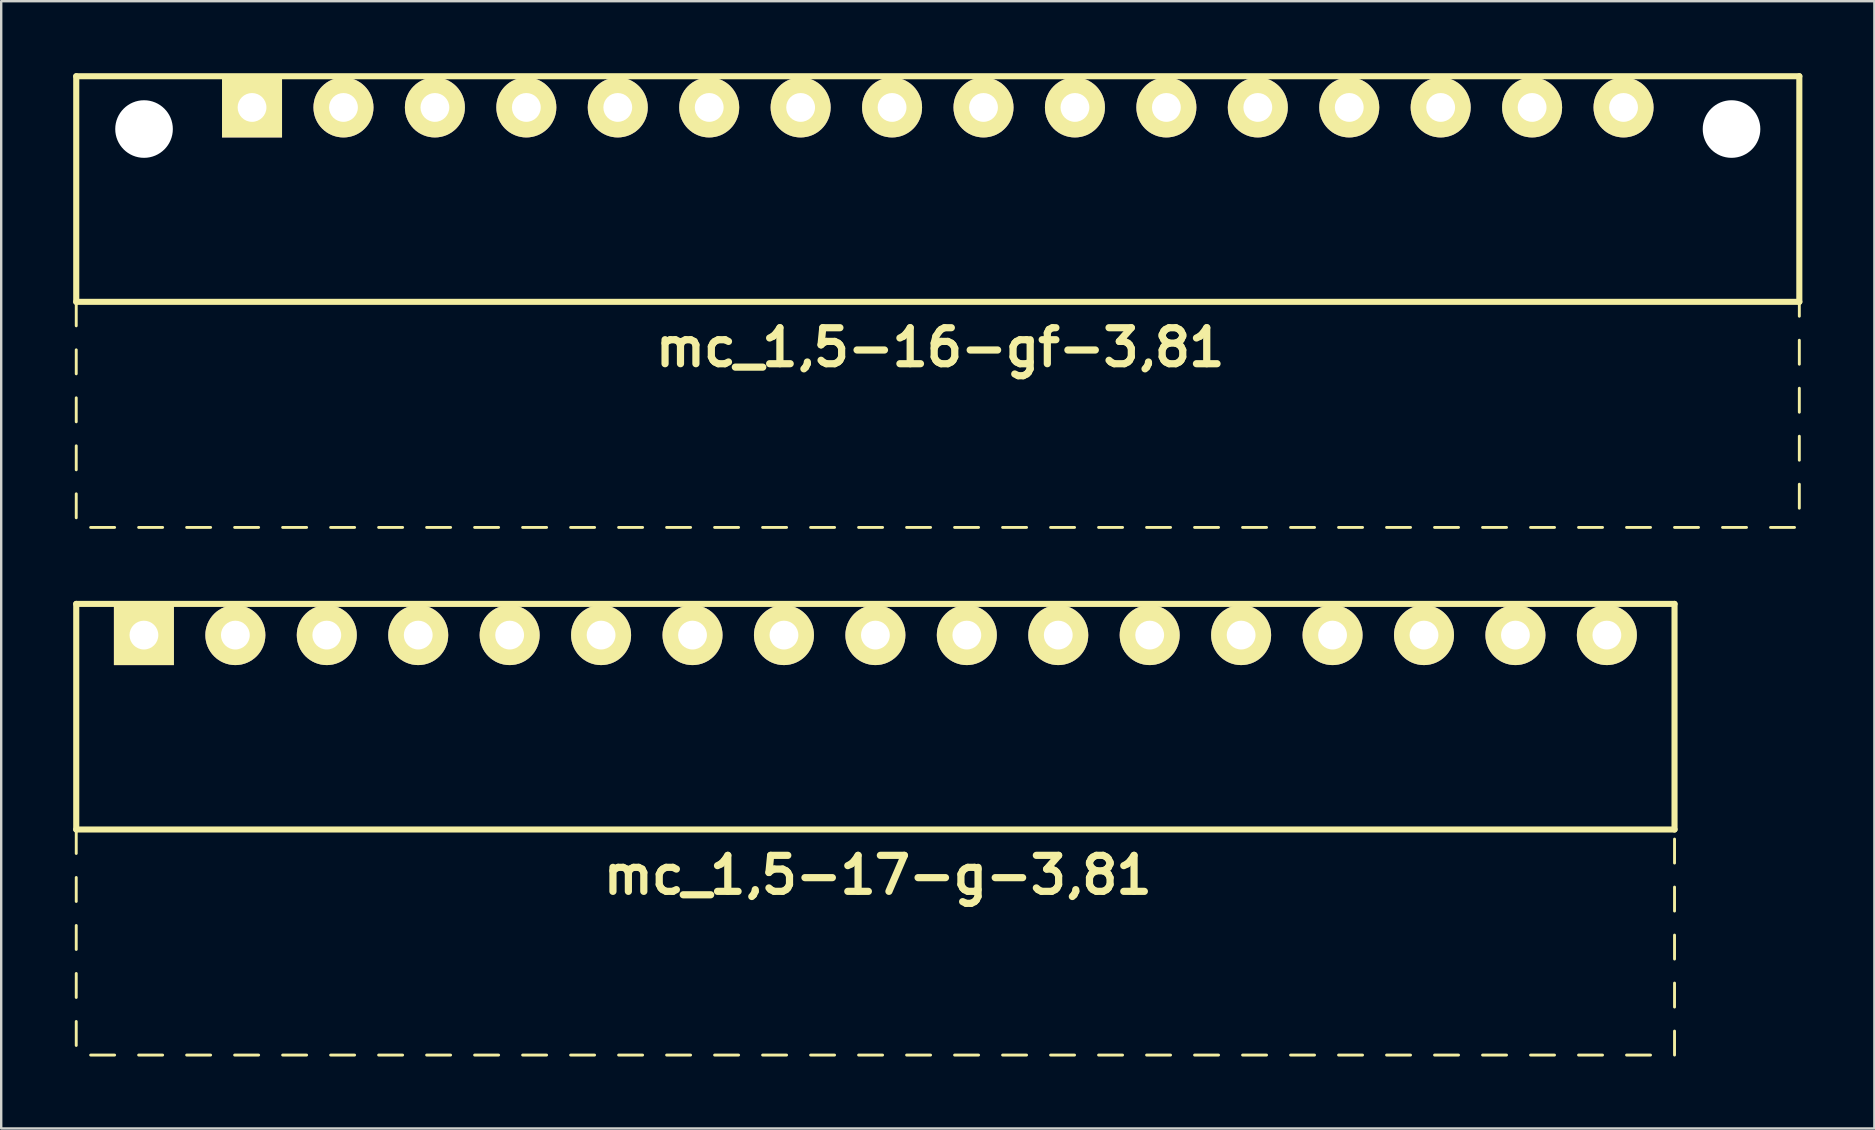
<source format=kicad_pcb>
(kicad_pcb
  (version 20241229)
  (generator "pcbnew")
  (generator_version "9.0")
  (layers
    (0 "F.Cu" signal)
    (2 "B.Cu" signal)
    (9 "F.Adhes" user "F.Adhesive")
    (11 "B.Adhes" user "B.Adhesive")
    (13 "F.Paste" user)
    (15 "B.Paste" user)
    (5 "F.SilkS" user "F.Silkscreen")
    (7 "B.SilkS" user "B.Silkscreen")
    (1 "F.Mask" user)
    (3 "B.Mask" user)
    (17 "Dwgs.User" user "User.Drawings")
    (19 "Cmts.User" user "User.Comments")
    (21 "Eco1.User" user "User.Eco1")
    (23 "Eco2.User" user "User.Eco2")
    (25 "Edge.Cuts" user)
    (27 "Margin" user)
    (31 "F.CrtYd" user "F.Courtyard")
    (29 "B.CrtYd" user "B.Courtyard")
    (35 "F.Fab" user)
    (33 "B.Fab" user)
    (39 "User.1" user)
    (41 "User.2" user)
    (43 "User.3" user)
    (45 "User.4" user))
  (footprint "mc_1,5-17-g-3,81"
    (layer "F.Cu")
    (at 33.427 23.414)
    (property "Reference" "mc_1,5-17-g-3,81" (at 0.1 10 0) (layer "F.SilkS") (effects (font (size 1.5 1.5) (thickness 0.3))))
    (attr through_hole)
    (fp_line (start -33.3 -1.3) (end -33.3 8.1) (stroke (width 0.254) (type solid)) (layer "F.SilkS"))
    (fp_line (start -33.3 -1.3) (end 33.3 -1.3) (stroke (width 0.254) (type solid)) (layer "F.SilkS"))
    (fp_line (start -33.3 8.1) (end -33.3 9.1) (stroke (width 0.12) (type solid)) (layer "F.SilkS"))
    (fp_line (start -33.3 8.1) (end 33.3 8.1) (stroke (width 0.254) (type solid)) (layer "F.SilkS"))
    (fp_line (start -33.3 10.1) (end -33.3 11.1) (stroke (width 0.12) (type solid)) (layer "F.SilkS"))
    (fp_line (start -33.3 12.1) (end -33.3 13.1) (stroke (width 0.12) (type solid)) (layer "F.SilkS"))
    (fp_line (start -33.3 14.1) (end -33.3 15.1) (stroke (width 0.12) (type solid)) (layer "F.SilkS"))
    (fp_line (start -33.3 16.1) (end -33.3 17.1) (stroke (width 0.12) (type solid)) (layer "F.SilkS"))
    (fp_line (start -32.7 17.5) (end -31.7 17.5) (stroke (width 0.12) (type solid)) (layer "F.SilkS"))
    (fp_line (start -30.7 17.5) (end -29.7 17.5) (stroke (width 0.12) (type solid)) (layer "F.SilkS"))
    (fp_line (start -28.7 17.5) (end -27.7 17.5) (stroke (width 0.12) (type solid)) (layer "F.SilkS"))
    (fp_line (start -26.7 17.5) (end -25.7 17.5) (stroke (width 0.12) (type solid)) (layer "F.SilkS"))
    (fp_line (start -24.7 17.5) (end -23.7 17.5) (stroke (width 0.12) (type solid)) (layer "F.SilkS"))
    (fp_line (start -22.7 17.5) (end -21.7 17.5) (stroke (width 0.12) (type solid)) (layer "F.SilkS"))
    (fp_line (start -20.7 17.5) (end -19.7 17.5) (stroke (width 0.12) (type solid)) (layer "F.SilkS"))
    (fp_line (start -18.7 17.5) (end -17.7 17.5) (stroke (width 0.12) (type solid)) (layer "F.SilkS"))
    (fp_line (start -16.7 17.5) (end -15.7 17.5) (stroke (width 0.12) (type solid)) (layer "F.SilkS"))
    (fp_line (start -14.7 17.5) (end -13.7 17.5) (stroke (width 0.12) (type solid)) (layer "F.SilkS"))
    (fp_line (start -12.7 17.5) (end -11.7 17.5) (stroke (width 0.12) (type solid)) (layer "F.SilkS"))
    (fp_line (start -10.7 17.5) (end -9.7 17.5) (stroke (width 0.12) (type solid)) (layer "F.SilkS"))
    (fp_line (start -8.7 17.5) (end -7.7 17.5) (stroke (width 0.12) (type solid)) (layer "F.SilkS"))
    (fp_line (start -6.7 17.5) (end -5.7 17.5) (stroke (width 0.12) (type solid)) (layer "F.SilkS"))
    (fp_line (start -4.7 17.5) (end -3.7 17.5) (stroke (width 0.12) (type solid)) (layer "F.SilkS"))
    (fp_line (start -2.7 17.5) (end -1.7 17.5) (stroke (width 0.12) (type solid)) (layer "F.SilkS"))
    (fp_line (start -0.7 17.5) (end 0.3 17.5) (stroke (width 0.12) (type solid)) (layer "F.SilkS"))
    (fp_line (start 1.3 17.5) (end 2.3 17.5) (stroke (width 0.12) (type solid)) (layer "F.SilkS"))
    (fp_line (start 3.3 17.5) (end 4.3 17.5) (stroke (width 0.12) (type solid)) (layer "F.SilkS"))
    (fp_line (start 5.3 17.5) (end 6.3 17.5) (stroke (width 0.12) (type solid)) (layer "F.SilkS"))
    (fp_line (start 7.3 17.5) (end 8.3 17.5) (stroke (width 0.12) (type solid)) (layer "F.SilkS"))
    (fp_line (start 9.3 17.5) (end 10.3 17.5) (stroke (width 0.12) (type solid)) (layer "F.SilkS"))
    (fp_line (start 11.3 17.5) (end 12.3 17.5) (stroke (width 0.12) (type solid)) (layer "F.SilkS"))
    (fp_line (start 13.3 17.5) (end 14.3 17.5) (stroke (width 0.12) (type solid)) (layer "F.SilkS"))
    (fp_line (start 15.3 17.5) (end 16.3 17.5) (stroke (width 0.12) (type solid)) (layer "F.SilkS"))
    (fp_line (start 17.3 17.5) (end 18.3 17.5) (stroke (width 0.12) (type solid)) (layer "F.SilkS"))
    (fp_line (start 19.3 17.5) (end 20.3 17.5) (stroke (width 0.12) (type solid)) (layer "F.SilkS"))
    (fp_line (start 21.3 17.5) (end 22.3 17.5) (stroke (width 0.12) (type solid)) (layer "F.SilkS"))
    (fp_line (start 23.3 17.5) (end 24.3 17.5) (stroke (width 0.12) (type solid)) (layer "F.SilkS"))
    (fp_line (start 25.3 17.5) (end 26.3 17.5) (stroke (width 0.12) (type solid)) (layer "F.SilkS"))
    (fp_line (start 27.3 17.5) (end 28.3 17.5) (stroke (width 0.12) (type solid)) (layer "F.SilkS"))
    (fp_line (start 29.3 17.5) (end 30.3 17.5) (stroke (width 0.12) (type solid)) (layer "F.SilkS"))
    (fp_line (start 31.3 17.5) (end 32.3 17.5) (stroke (width 0.12) (type solid)) (layer "F.SilkS"))
    (fp_line (start 33.3 -1.3) (end 33.3 8.1) (stroke (width 0.254) (type solid)) (layer "F.SilkS"))
    (fp_line (start 33.3 8.5) (end 33.3 9.5) (stroke (width 0.12) (type solid)) (layer "F.SilkS"))
    (fp_line (start 33.3 10.5) (end 33.3 11.5) (stroke (width 0.12) (type solid)) (layer "F.SilkS"))
    (fp_line (start 33.3 12.5) (end 33.3 13.5) (stroke (width 0.12) (type solid)) (layer "F.SilkS"))
    (fp_line (start 33.3 14.5) (end 33.3 15.5) (stroke (width 0.12) (type solid)) (layer "F.SilkS"))
    (fp_line (start 33.3 17.5) (end 33.3 16.5) (stroke (width 0.12) (type solid)) (layer "F.SilkS"))
    (pad "1" thru_hole rect (at -30.48 0) (size 2.5 2.5) (drill 1.2) (layers "*.Cu" "*.Mask" "F.SilkS"))
    (pad "2" thru_hole circle (at -26.67 0) (size 2.5 2.5) (drill 1.2) (layers "*.Cu" "*.Mask" "F.SilkS"))
    (pad "3" thru_hole circle (at -22.86 0) (size 2.5 2.5) (drill 1.2) (layers "*.Cu" "*.Mask" "F.SilkS"))
    (pad "4" thru_hole circle (at -19.05 0) (size 2.5 2.5) (drill 1.2) (layers "*.Cu" "*.Mask" "F.SilkS"))
    (pad "5" thru_hole circle (at -15.24 0) (size 2.5 2.5) (drill 1.2) (layers "*.Cu" "*.Mask" "F.SilkS"))
    (pad "6" thru_hole circle (at -11.43 0) (size 2.5 2.5) (drill 1.2) (layers "*.Cu" "*.Mask" "F.SilkS"))
    (pad "7" thru_hole circle (at -7.62 0) (size 2.5 2.5) (drill 1.2) (layers "*.Cu" "*.Mask" "F.SilkS"))
    (pad "8" thru_hole circle (at -3.81 0) (size 2.5 2.5) (drill 1.2) (layers "*.Cu" "*.Mask" "F.SilkS"))
    (pad "9" thru_hole circle (at 0 0) (size 2.5 2.5) (drill 1.2) (layers "*.Cu" "*.Mask" "F.SilkS"))
    (pad "10" thru_hole circle (at 3.81 0) (size 2.5 2.5) (drill 1.2) (layers "*.Cu" "*.Mask" "F.SilkS"))
    (pad "11" thru_hole circle (at 7.62 0) (size 2.5 2.5) (drill 1.2) (layers "*.Cu" "*.Mask" "F.SilkS"))
    (pad "12" thru_hole circle (at 11.43 0) (size 2.5 2.5) (drill 1.2) (layers "*.Cu" "*.Mask" "F.SilkS"))
    (pad "13" thru_hole circle (at 15.24 0) (size 2.5 2.5) (drill 1.2) (layers "*.Cu" "*.Mask" "F.SilkS"))
    (pad "14" thru_hole circle (at 19.05 0) (size 2.5 2.5) (drill 1.2) (layers "*.Cu" "*.Mask" "F.SilkS"))
    (pad "15" thru_hole circle (at 22.86 0) (size 2.5 2.5) (drill 1.2) (layers "*.Cu" "*.Mask" "F.SilkS"))
    (pad "16" thru_hole circle (at 26.67 0) (size 2.5 2.5) (drill 1.2) (layers "*.Cu" "*.Mask" "F.SilkS"))
    (pad "17" thru_hole circle (at 30.48 0) (size 2.5 2.5) (drill 1.2) (layers "*.Cu" "*.Mask" "F.SilkS")))
  (footprint "mc_1,5-16-gf-3,81"
    (layer "F.Cu")
    (at 36.027 1.427)
    (property "Reference" "mc_1,5-16-gf-3,81" (at 0.1 10 0) (layer "F.SilkS") (effects (font (size 1.5 1.5) (thickness 0.3))))
    (attr through_hole)
    (fp_line (start -35.9 -1.3) (end -35.9 8.1) (stroke (width 0.254) (type solid)) (layer "F.SilkS"))
    (fp_line (start -35.9 -1.3) (end 35.9 -1.3) (stroke (width 0.254) (type solid)) (layer "F.SilkS"))
    (fp_line (start -35.9 8.1) (end -35.9 9.1) (stroke (width 0.12) (type solid)) (layer "F.SilkS"))
    (fp_line (start -35.9 8.1) (end 35.9 8.1) (stroke (width 0.254) (type solid)) (layer "F.SilkS"))
    (fp_line (start -35.9 10.1) (end -35.9 11.1) (stroke (width 0.12) (type solid)) (layer "F.SilkS"))
    (fp_line (start -35.9 12.1) (end -35.9 13.1) (stroke (width 0.12) (type solid)) (layer "F.SilkS"))
    (fp_line (start -35.9 14.1) (end -35.9 15.1) (stroke (width 0.12) (type solid)) (layer "F.SilkS"))
    (fp_line (start -35.9 16.1) (end -35.9 17.1) (stroke (width 0.12) (type solid)) (layer "F.SilkS"))
    (fp_line (start -35.3 17.5) (end -34.3 17.5) (stroke (width 0.12) (type solid)) (layer "F.SilkS"))
    (fp_line (start -33.3 17.5) (end -32.3 17.5) (stroke (width 0.12) (type solid)) (layer "F.SilkS"))
    (fp_line (start -31.3 17.5) (end -30.3 17.5) (stroke (width 0.12) (type solid)) (layer "F.SilkS"))
    (fp_line (start -29.3 17.5) (end -28.3 17.5) (stroke (width 0.12) (type solid)) (layer "F.SilkS"))
    (fp_line (start -27.3 17.5) (end -26.3 17.5) (stroke (width 0.12) (type solid)) (layer "F.SilkS"))
    (fp_line (start -25.3 17.5) (end -24.3 17.5) (stroke (width 0.12) (type solid)) (layer "F.SilkS"))
    (fp_line (start -23.3 17.5) (end -22.3 17.5) (stroke (width 0.12) (type solid)) (layer "F.SilkS"))
    (fp_line (start -21.3 17.5) (end -20.3 17.5) (stroke (width 0.12) (type solid)) (layer "F.SilkS"))
    (fp_line (start -19.3 17.5) (end -18.3 17.5) (stroke (width 0.12) (type solid)) (layer "F.SilkS"))
    (fp_line (start -17.3 17.5) (end -16.3 17.5) (stroke (width 0.12) (type solid)) (layer "F.SilkS"))
    (fp_line (start -15.3 17.5) (end -14.3 17.5) (stroke (width 0.12) (type solid)) (layer "F.SilkS"))
    (fp_line (start -13.3 17.5) (end -12.3 17.5) (stroke (width 0.12) (type solid)) (layer "F.SilkS"))
    (fp_line (start -11.3 17.5) (end -10.3 17.5) (stroke (width 0.12) (type solid)) (layer "F.SilkS"))
    (fp_line (start -9.3 17.5) (end -8.3 17.5) (stroke (width 0.12) (type solid)) (layer "F.SilkS"))
    (fp_line (start -7.3 17.5) (end -6.3 17.5) (stroke (width 0.12) (type solid)) (layer "F.SilkS"))
    (fp_line (start -5.3 17.5) (end -4.3 17.5) (stroke (width 0.12) (type solid)) (layer "F.SilkS"))
    (fp_line (start -3.3 17.5) (end -2.3 17.5) (stroke (width 0.12) (type solid)) (layer "F.SilkS"))
    (fp_line (start -1.3 17.5) (end -0.3 17.5) (stroke (width 0.12) (type solid)) (layer "F.SilkS"))
    (fp_line (start 0.7 17.5) (end 1.7 17.5) (stroke (width 0.12) (type solid)) (layer "F.SilkS"))
    (fp_line (start 2.7 17.5) (end 3.7 17.5) (stroke (width 0.12) (type solid)) (layer "F.SilkS"))
    (fp_line (start 4.7 17.5) (end 5.7 17.5) (stroke (width 0.12) (type solid)) (layer "F.SilkS"))
    (fp_line (start 6.7 17.5) (end 7.7 17.5) (stroke (width 0.12) (type solid)) (layer "F.SilkS"))
    (fp_line (start 8.7 17.5) (end 9.7 17.5) (stroke (width 0.12) (type solid)) (layer "F.SilkS"))
    (fp_line (start 10.7 17.5) (end 11.7 17.5) (stroke (width 0.12) (type solid)) (layer "F.SilkS"))
    (fp_line (start 12.7 17.5) (end 13.7 17.5) (stroke (width 0.12) (type solid)) (layer "F.SilkS"))
    (fp_line (start 14.7 17.5) (end 15.7 17.5) (stroke (width 0.12) (type solid)) (layer "F.SilkS"))
    (fp_line (start 16.7 17.5) (end 17.7 17.5) (stroke (width 0.12) (type solid)) (layer "F.SilkS"))
    (fp_line (start 18.7 17.5) (end 19.7 17.5) (stroke (width 0.12) (type solid)) (layer "F.SilkS"))
    (fp_line (start 20.7 17.5) (end 21.7 17.5) (stroke (width 0.12) (type solid)) (layer "F.SilkS"))
    (fp_line (start 22.7 17.5) (end 23.7 17.5) (stroke (width 0.12) (type solid)) (layer "F.SilkS"))
    (fp_line (start 24.7 17.5) (end 25.7 17.5) (stroke (width 0.12) (type solid)) (layer "F.SilkS"))
    (fp_line (start 26.7 17.5) (end 27.7 17.5) (stroke (width 0.12) (type solid)) (layer "F.SilkS"))
    (fp_line (start 28.7 17.5) (end 29.7 17.5) (stroke (width 0.12) (type solid)) (layer "F.SilkS"))
    (fp_line (start 30.7 17.5) (end 31.7 17.5) (stroke (width 0.12) (type solid)) (layer "F.SilkS"))
    (fp_line (start 32.7 17.5) (end 33.7 17.5) (stroke (width 0.12) (type solid)) (layer "F.SilkS"))
    (fp_line (start 34.7 17.5) (end 35.7 17.5) (stroke (width 0.12) (type solid)) (layer "F.SilkS"))
    (fp_line (start 35.9 -1.3) (end 35.9 8.1) (stroke (width 0.254) (type solid)) (layer "F.SilkS"))
    (fp_line (start 35.9 8.1) (end 35.9 8.7) (stroke (width 0.12) (type solid)) (layer "F.SilkS"))
    (fp_line (start 35.9 9.7) (end 35.9 10.7) (stroke (width 0.12) (type solid)) (layer "F.SilkS"))
    (fp_line (start 35.9 11.7) (end 35.9 12.7) (stroke (width 0.12) (type solid)) (layer "F.SilkS"))
    (fp_line (start 35.9 13.7) (end 35.9 14.7) (stroke (width 0.12) (type solid)) (layer "F.SilkS"))
    (fp_line (start 35.9 15.7) (end 35.9 16.7) (stroke (width 0.12) (type solid)) (layer "F.SilkS"))
    (pad "" np_thru_hole circle (at -33.075 0.9) (size 2.4 2.4) (drill 2.4) (layers "*.Cu" "*.Mask"))
    (pad "" np_thru_hole circle (at 33.075 0.9) (size 2.4 2.4) (drill 2.4) (layers "*.Cu" "*.Mask"))
    (pad "1" thru_hole rect (at -28.575 0) (size 2.5 2.5) (drill 1.2) (layers "*.Cu" "*.Mask" "F.SilkS"))
    (pad "2" thru_hole circle (at -24.765 0) (size 2.5 2.5) (drill 1.2) (layers "*.Cu" "*.Mask" "F.SilkS"))
    (pad "3" thru_hole circle (at -20.955 0) (size 2.5 2.5) (drill 1.2) (layers "*.Cu" "*.Mask" "F.SilkS"))
    (pad "4" thru_hole circle (at -17.145 0) (size 2.5 2.5) (drill 1.2) (layers "*.Cu" "*.Mask" "F.SilkS"))
    (pad "5" thru_hole circle (at -13.335 0) (size 2.5 2.5) (drill 1.2) (layers "*.Cu" "*.Mask" "F.SilkS"))
    (pad "6" thru_hole circle (at -9.525 0) (size 2.5 2.5) (drill 1.2) (layers "*.Cu" "*.Mask" "F.SilkS"))
    (pad "7" thru_hole circle (at -5.715 0) (size 2.5 2.5) (drill 1.2) (layers "*.Cu" "*.Mask" "F.SilkS"))
    (pad "8" thru_hole circle (at -1.905 0) (size 2.5 2.5) (drill 1.2) (layers "*.Cu" "*.Mask" "F.SilkS"))
    (pad "9" thru_hole circle (at 1.905 0) (size 2.5 2.5) (drill 1.2) (layers "*.Cu" "*.Mask" "F.SilkS"))
    (pad "10" thru_hole circle (at 5.715 0) (size 2.5 2.5) (drill 1.2) (layers "*.Cu" "*.Mask" "F.SilkS"))
    (pad "11" thru_hole circle (at 9.525 0) (size 2.5 2.5) (drill 1.2) (layers "*.Cu" "*.Mask" "F.SilkS"))
    (pad "12" thru_hole circle (at 13.335 0) (size 2.5 2.5) (drill 1.2) (layers "*.Cu" "*.Mask" "F.SilkS"))
    (pad "13" thru_hole circle (at 17.145 0) (size 2.5 2.5) (drill 1.2) (layers "*.Cu" "*.Mask" "F.SilkS"))
    (pad "14" thru_hole circle (at 20.955 0) (size 2.5 2.5) (drill 1.2) (layers "*.Cu" "*.Mask" "F.SilkS"))
    (pad "15" thru_hole circle (at 24.765 0) (size 2.5 2.5) (drill 1.2) (layers "*.Cu" "*.Mask" "F.SilkS"))
    (pad "16" thru_hole circle (at 28.575 0) (size 2.5 2.5) (drill 1.2) (layers "*.Cu" "*.Mask" "F.SilkS")))
  (gr_rect
    (start -3 -3)
    (end 75.054 43.974)
    (stroke (width 0.1) (type default))
    (fill no)
    (layer "Edge.Cuts")))
</source>
